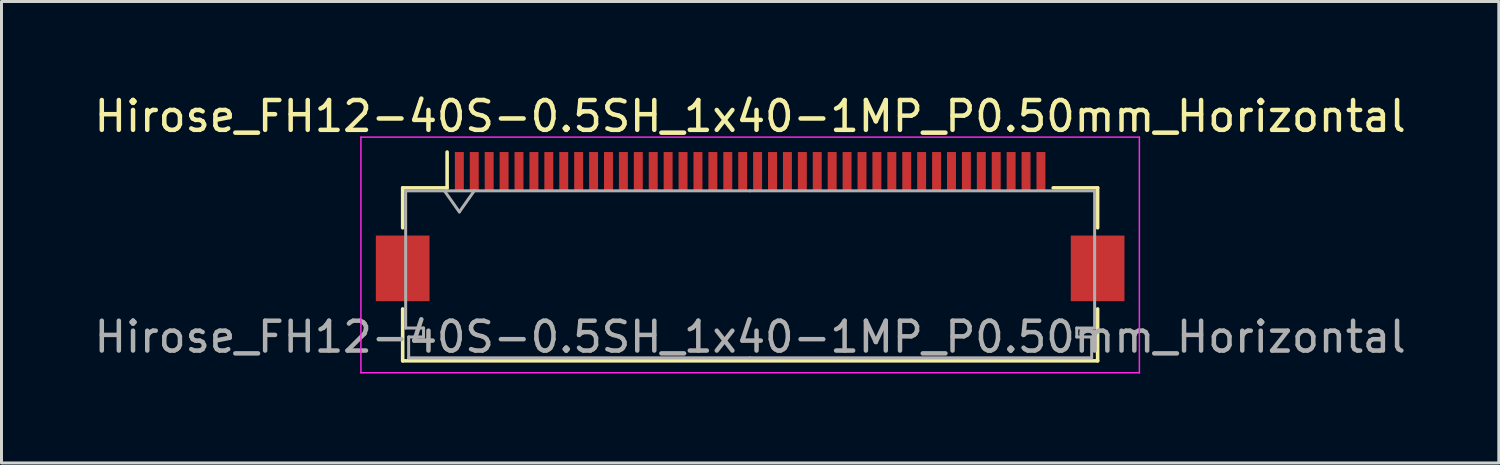
<source format=kicad_pcb>
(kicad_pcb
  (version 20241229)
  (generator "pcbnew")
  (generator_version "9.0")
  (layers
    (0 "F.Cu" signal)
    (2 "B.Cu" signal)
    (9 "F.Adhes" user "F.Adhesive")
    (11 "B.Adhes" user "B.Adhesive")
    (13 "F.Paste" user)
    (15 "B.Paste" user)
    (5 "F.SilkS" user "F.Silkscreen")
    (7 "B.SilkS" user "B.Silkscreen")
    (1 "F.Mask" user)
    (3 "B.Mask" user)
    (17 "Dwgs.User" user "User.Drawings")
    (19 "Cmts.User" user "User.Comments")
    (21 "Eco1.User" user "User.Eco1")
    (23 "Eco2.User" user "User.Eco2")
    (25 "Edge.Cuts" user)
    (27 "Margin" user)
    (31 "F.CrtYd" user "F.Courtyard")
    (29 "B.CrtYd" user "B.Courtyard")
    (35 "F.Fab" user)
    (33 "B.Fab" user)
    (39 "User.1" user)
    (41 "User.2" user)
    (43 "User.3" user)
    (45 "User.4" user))
  (footprint "Hirose_FH12-40S-0.5SH_1x40-1MP_P0.50mm_Horizontal"
    (layer "F.Cu")
    (at 22.101 4.548)
    (property "Reference" "Hirose_FH12-40S-0.5SH_1x40-1MP_P0.50mm_Horizontal" (at 0 -3.7 0) (layer "F.SilkS") (effects (font (size 1 1) (thickness 0.15))))
    (attr smd)
    (fp_line (start -11.65 -1.3) (end -11.65 0.04) (stroke (width 0.12) (type solid)) (layer "F.SilkS"))
    (fp_line (start -11.65 2.76) (end -11.65 4.5) (stroke (width 0.12) (type solid)) (layer "F.SilkS"))
    (fp_line (start -11.65 4.5) (end 11.65 4.5) (stroke (width 0.12) (type solid)) (layer "F.SilkS"))
    (fp_line (start -10.16 -1.3) (end -11.65 -1.3) (stroke (width 0.12) (type solid)) (layer "F.SilkS"))
    (fp_line (start -10.16 -1.3) (end -10.16 -2.5) (stroke (width 0.12) (type solid)) (layer "F.SilkS"))
    (fp_line (start 10.16 -1.3) (end 11.65 -1.3) (stroke (width 0.12) (type solid)) (layer "F.SilkS"))
    (fp_line (start 11.65 -1.3) (end 11.65 0.04) (stroke (width 0.12) (type solid)) (layer "F.SilkS"))
    (fp_line (start 11.65 4.5) (end 11.65 2.76) (stroke (width 0.12) (type solid)) (layer "F.SilkS"))
    (fp_line (start -13.05 -3) (end -13.05 4.9) (stroke (width 0.05) (type solid)) (layer "F.CrtYd"))
    (fp_line (start -13.05 4.9) (end 13.05 4.9) (stroke (width 0.05) (type solid)) (layer "F.CrtYd"))
    (fp_line (start 13.05 -3) (end -13.05 -3) (stroke (width 0.05) (type solid)) (layer "F.CrtYd"))
    (fp_line (start 13.05 4.9) (end 13.05 -3) (stroke (width 0.05) (type solid)) (layer "F.CrtYd"))
    (fp_line (start -11.55 -1.2) (end -11.55 3.4) (stroke (width 0.1) (type solid)) (layer "F.Fab"))
    (fp_line (start -11.55 3.4) (end -10.95 3.4) (stroke (width 0.1) (type solid)) (layer "F.Fab"))
    (fp_line (start -11.45 3.7) (end -11.45 4.4) (stroke (width 0.1) (type solid)) (layer "F.Fab"))
    (fp_line (start -11.45 4.4) (end 0 4.4) (stroke (width 0.1) (type solid)) (layer "F.Fab"))
    (fp_line (start -10.95 3.4) (end -10.95 3.7) (stroke (width 0.1) (type solid)) (layer "F.Fab"))
    (fp_line (start -10.95 3.7) (end -11.45 3.7) (stroke (width 0.1) (type solid)) (layer "F.Fab"))
    (fp_line (start -10.25 -1.2) (end -9.75 -0.493) (stroke (width 0.1) (type solid)) (layer "F.Fab"))
    (fp_line (start -9.75 -0.493) (end -9.25 -1.2) (stroke (width 0.1) (type solid)) (layer "F.Fab"))
    (fp_line (start 0 -1.2) (end -11.55 -1.2) (stroke (width 0.1) (type solid)) (layer "F.Fab"))
    (fp_line (start 0 -1.2) (end 11.55 -1.2) (stroke (width 0.1) (type solid)) (layer "F.Fab"))
    (fp_line (start 10.95 3.4) (end 10.95 3.7) (stroke (width 0.1) (type solid)) (layer "F.Fab"))
    (fp_line (start 10.95 3.7) (end 11.45 3.7) (stroke (width 0.1) (type solid)) (layer "F.Fab"))
    (fp_line (start 11.45 3.7) (end 11.45 4.4) (stroke (width 0.1) (type solid)) (layer "F.Fab"))
    (fp_line (start 11.45 4.4) (end 0 4.4) (stroke (width 0.1) (type solid)) (layer "F.Fab"))
    (fp_line (start 11.55 -1.2) (end 11.55 3.4) (stroke (width 0.1) (type solid)) (layer "F.Fab"))
    (fp_line (start 11.55 3.4) (end 10.95 3.4) (stroke (width 0.1) (type solid)) (layer "F.Fab"))
    (fp_text user "${REFERENCE}" (at 0 3.7 0) (layer "F.Fab") (effects (font (size 1 1) (thickness 0.15))))
    (pad "1" smd rect (at -9.75 -1.85) (size 0.3 1.3) (layers "F.Cu" "F.Mask" "F.Paste"))
    (pad "2" smd rect (at -9.25 -1.85) (size 0.3 1.3) (layers "F.Cu" "F.Mask" "F.Paste"))
    (pad "3" smd rect (at -8.75 -1.85) (size 0.3 1.3) (layers "F.Cu" "F.Mask" "F.Paste"))
    (pad "4" smd rect (at -8.25 -1.85) (size 0.3 1.3) (layers "F.Cu" "F.Mask" "F.Paste"))
    (pad "5" smd rect (at -7.75 -1.85) (size 0.3 1.3) (layers "F.Cu" "F.Mask" "F.Paste"))
    (pad "6" smd rect (at -7.25 -1.85) (size 0.3 1.3) (layers "F.Cu" "F.Mask" "F.Paste"))
    (pad "7" smd rect (at -6.75 -1.85) (size 0.3 1.3) (layers "F.Cu" "F.Mask" "F.Paste"))
    (pad "8" smd rect (at -6.25 -1.85) (size 0.3 1.3) (layers "F.Cu" "F.Mask" "F.Paste"))
    (pad "9" smd rect (at -5.75 -1.85) (size 0.3 1.3) (layers "F.Cu" "F.Mask" "F.Paste"))
    (pad "10" smd rect (at -5.25 -1.85) (size 0.3 1.3) (layers "F.Cu" "F.Mask" "F.Paste"))
    (pad "11" smd rect (at -4.75 -1.85) (size 0.3 1.3) (layers "F.Cu" "F.Mask" "F.Paste"))
    (pad "12" smd rect (at -4.25 -1.85) (size 0.3 1.3) (layers "F.Cu" "F.Mask" "F.Paste"))
    (pad "13" smd rect (at -3.75 -1.85) (size 0.3 1.3) (layers "F.Cu" "F.Mask" "F.Paste"))
    (pad "14" smd rect (at -3.25 -1.85) (size 0.3 1.3) (layers "F.Cu" "F.Mask" "F.Paste"))
    (pad "15" smd rect (at -2.75 -1.85) (size 0.3 1.3) (layers "F.Cu" "F.Mask" "F.Paste"))
    (pad "16" smd rect (at -2.25 -1.85) (size 0.3 1.3) (layers "F.Cu" "F.Mask" "F.Paste"))
    (pad "17" smd rect (at -1.75 -1.85) (size 0.3 1.3) (layers "F.Cu" "F.Mask" "F.Paste"))
    (pad "18" smd rect (at -1.25 -1.85) (size 0.3 1.3) (layers "F.Cu" "F.Mask" "F.Paste"))
    (pad "19" smd rect (at -0.75 -1.85) (size 0.3 1.3) (layers "F.Cu" "F.Mask" "F.Paste"))
    (pad "20" smd rect (at -0.25 -1.85) (size 0.3 1.3) (layers "F.Cu" "F.Mask" "F.Paste"))
    (pad "21" smd rect (at 0.25 -1.85) (size 0.3 1.3) (layers "F.Cu" "F.Mask" "F.Paste"))
    (pad "22" smd rect (at 0.75 -1.85) (size 0.3 1.3) (layers "F.Cu" "F.Mask" "F.Paste"))
    (pad "23" smd rect (at 1.25 -1.85) (size 0.3 1.3) (layers "F.Cu" "F.Mask" "F.Paste"))
    (pad "24" smd rect (at 1.75 -1.85) (size 0.3 1.3) (layers "F.Cu" "F.Mask" "F.Paste"))
    (pad "25" smd rect (at 2.25 -1.85) (size 0.3 1.3) (layers "F.Cu" "F.Mask" "F.Paste"))
    (pad "26" smd rect (at 2.75 -1.85) (size 0.3 1.3) (layers "F.Cu" "F.Mask" "F.Paste"))
    (pad "27" smd rect (at 3.25 -1.85) (size 0.3 1.3) (layers "F.Cu" "F.Mask" "F.Paste"))
    (pad "28" smd rect (at 3.75 -1.85) (size 0.3 1.3) (layers "F.Cu" "F.Mask" "F.Paste"))
    (pad "29" smd rect (at 4.25 -1.85) (size 0.3 1.3) (layers "F.Cu" "F.Mask" "F.Paste"))
    (pad "30" smd rect (at 4.75 -1.85) (size 0.3 1.3) (layers "F.Cu" "F.Mask" "F.Paste"))
    (pad "31" smd rect (at 5.25 -1.85) (size 0.3 1.3) (layers "F.Cu" "F.Mask" "F.Paste"))
    (pad "32" smd rect (at 5.75 -1.85) (size 0.3 1.3) (layers "F.Cu" "F.Mask" "F.Paste"))
    (pad "33" smd rect (at 6.25 -1.85) (size 0.3 1.3) (layers "F.Cu" "F.Mask" "F.Paste"))
    (pad "34" smd rect (at 6.75 -1.85) (size 0.3 1.3) (layers "F.Cu" "F.Mask" "F.Paste"))
    (pad "35" smd rect (at 7.25 -1.85) (size 0.3 1.3) (layers "F.Cu" "F.Mask" "F.Paste"))
    (pad "36" smd rect (at 7.75 -1.85) (size 0.3 1.3) (layers "F.Cu" "F.Mask" "F.Paste"))
    (pad "37" smd rect (at 8.25 -1.85) (size 0.3 1.3) (layers "F.Cu" "F.Mask" "F.Paste"))
    (pad "38" smd rect (at 8.75 -1.85) (size 0.3 1.3) (layers "F.Cu" "F.Mask" "F.Paste"))
    (pad "39" smd rect (at 9.25 -1.85) (size 0.3 1.3) (layers "F.Cu" "F.Mask" "F.Paste"))
    (pad "40" smd rect (at 9.75 -1.85) (size 0.3 1.3) (layers "F.Cu" "F.Mask" "F.Paste"))
    (pad "MP" smd rect (at -11.65 1.4) (size 1.8 2.2) (layers "F.Cu" "F.Mask" "F.Paste"))
    (pad "MP" smd rect (at 11.65 1.4) (size 1.8 2.2) (layers "F.Cu" "F.Mask" "F.Paste")))
  (gr_rect
    (start -3 -3)
    (end 47.202 12.473)
    (stroke (width 0.1) (type default))
    (fill no)
    (layer "Edge.Cuts")))
</source>
